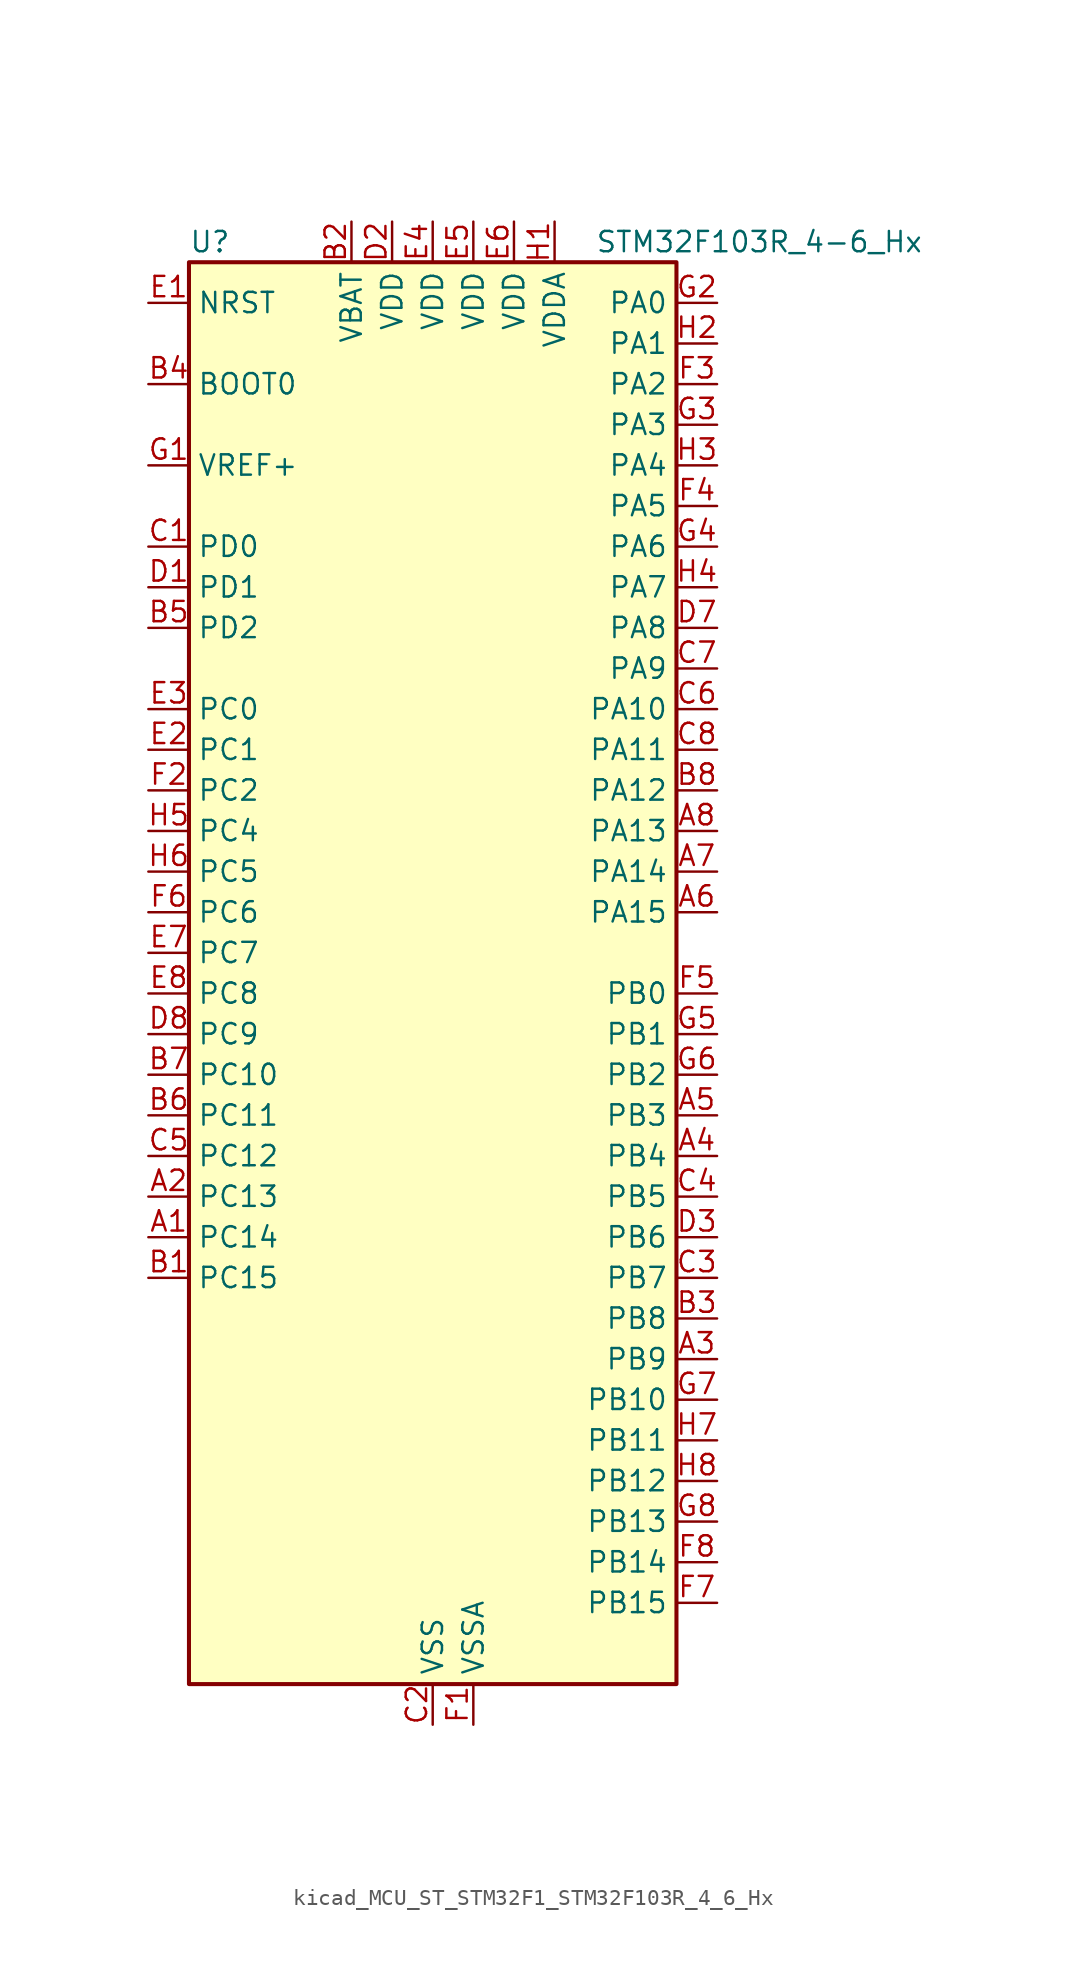
<source format=kicad_sym>
(kicad_symbol_lib
  (version 20220914)
  (generator kicad_symbol_editor)
  (symbol "kicad_MCU_ST_STM32F1_STM32F103R_4_6_Hx"
    (property "Reference" "U"
      (at -15.24 46.99 0)
      (effects (font (size 1.27 1.27)) (justify left)))
    (property "Value" "STM32F103R_4-6_Hx"
      (at 10.16 46.99 0)
      (effects (font (size 1.27 1.27)) (justify left)))
    (property "ki_locked" ""
      (at 0 0 0)
      (effects (font (size 1.27 1.27))))
    (symbol "kicad_MCU_ST_STM32F1_STM32F103R_4_6_Hx_0_1"
      (rectangle (start -15.24 -43.18) (end 15.24 45.72) (stroke (width 0.254) (type default)) (fill (type background))))
    (symbol "kicad_MCU_ST_STM32F1_STM32F103R_4_6_Hx_1_1"
      (pin bidirectional line (at -17.78 -15.24 0) (length 2.54) (name "PC14" (effects (font (size 1.27 1.27)))) (number "A1" (effects (font (size 1.27 1.27)))) (alternate "RCC_OSC32_IN" bidirectional line))
      (pin bidirectional line (at -17.78 -12.7 0) (length 2.54) (name "PC13" (effects (font (size 1.27 1.27)))) (number "A2" (effects (font (size 1.27 1.27)))) (alternate "RTC_OUT" bidirectional line) (alternate "RTC_TAMPER" bidirectional line))
      (pin bidirectional line (at 17.78 -22.86 180) (length 2.54) (name "PB9" (effects (font (size 1.27 1.27)))) (number "A3" (effects (font (size 1.27 1.27)))) (alternate "CAN_TX" bidirectional line) (alternate "I2C1_SDA" bidirectional line))
      (pin bidirectional line (at 17.78 -10.16 180) (length 2.54) (name "PB4" (effects (font (size 1.27 1.27)))) (number "A4" (effects (font (size 1.27 1.27)))) (alternate "SPI1_MISO" bidirectional line) (alternate "SYS_NJTRST" bidirectional line) (alternate "TIM3_CH1" bidirectional line))
      (pin bidirectional line (at 17.78 -7.62 180) (length 2.54) (name "PB3" (effects (font (size 1.27 1.27)))) (number "A5" (effects (font (size 1.27 1.27)))) (alternate "SPI1_SCK" bidirectional line) (alternate "SYS_JTDO-TRACESWO" bidirectional line) (alternate "TIM2_CH2" bidirectional line))
      (pin bidirectional line (at 17.78 5.08 180) (length 2.54) (name "PA15" (effects (font (size 1.27 1.27)))) (number "A6" (effects (font (size 1.27 1.27)))) (alternate "ADC1_EXTI15" bidirectional line) (alternate "ADC2_EXTI15" bidirectional line) (alternate "SPI1_NSS" bidirectional line) (alternate "SYS_JTDI" bidirectional line) (alternate "TIM2_CH1" bidirectional line) (alternate "TIM2_ETR" bidirectional line))
      (pin bidirectional line (at 17.78 7.62 180) (length 2.54) (name "PA14" (effects (font (size 1.27 1.27)))) (number "A7" (effects (font (size 1.27 1.27)))) (alternate "SYS_JTCK-SWCLK" bidirectional line))
      (pin bidirectional line (at 17.78 10.16 180) (length 2.54) (name "PA13" (effects (font (size 1.27 1.27)))) (number "A8" (effects (font (size 1.27 1.27)))) (alternate "SYS_JTMS-SWDIO" bidirectional line))
      (pin bidirectional line (at -17.78 -17.78 0) (length 2.54) (name "PC15" (effects (font (size 1.27 1.27)))) (number "B1" (effects (font (size 1.27 1.27)))) (alternate "ADC1_EXTI15" bidirectional line) (alternate "ADC2_EXTI15" bidirectional line) (alternate "RCC_OSC32_OUT" bidirectional line))
      (pin power_in line (at -5.08 48.26 270) (length 2.54) (name "VBAT" (effects (font (size 1.27 1.27)))) (number "B2" (effects (font (size 1.27 1.27)))))
      (pin bidirectional line (at 17.78 -20.32 180) (length 2.54) (name "PB8" (effects (font (size 1.27 1.27)))) (number "B3" (effects (font (size 1.27 1.27)))) (alternate "CAN_RX" bidirectional line) (alternate "I2C1_SCL" bidirectional line))
      (pin input line (at -17.78 38.1 0) (length 2.54) (name "BOOT0" (effects (font (size 1.27 1.27)))) (number "B4" (effects (font (size 1.27 1.27)))))
      (pin bidirectional line (at -17.78 22.86 0) (length 2.54) (name "PD2" (effects (font (size 1.27 1.27)))) (number "B5" (effects (font (size 1.27 1.27)))) (alternate "TIM3_ETR" bidirectional line))
      (pin bidirectional line (at -17.78 -7.62 0) (length 2.54) (name "PC11" (effects (font (size 1.27 1.27)))) (number "B6" (effects (font (size 1.27 1.27)))) (alternate "ADC1_EXTI11" bidirectional line) (alternate "ADC2_EXTI11" bidirectional line))
      (pin bidirectional line (at -17.78 -5.08 0) (length 2.54) (name "PC10" (effects (font (size 1.27 1.27)))) (number "B7" (effects (font (size 1.27 1.27)))))
      (pin bidirectional line (at 17.78 12.7 180) (length 2.54) (name "PA12" (effects (font (size 1.27 1.27)))) (number "B8" (effects (font (size 1.27 1.27)))) (alternate "CAN_TX" bidirectional line) (alternate "TIM1_ETR" bidirectional line) (alternate "USART1_RTS" bidirectional line) (alternate "USB_DP" bidirectional line))
      (pin bidirectional line (at -17.78 27.94 0) (length 2.54) (name "PD0" (effects (font (size 1.27 1.27)))) (number "C1" (effects (font (size 1.27 1.27)))) (alternate "RCC_OSC_IN" bidirectional line))
      (pin power_in line (at 0 -45.72 90) (length 2.54) (name "VSS" (effects (font (size 1.27 1.27)))) (number "C2" (effects (font (size 1.27 1.27)))))
      (pin bidirectional line (at 17.78 -17.78 180) (length 2.54) (name "PB7" (effects (font (size 1.27 1.27)))) (number "C3" (effects (font (size 1.27 1.27)))) (alternate "I2C1_SDA" bidirectional line) (alternate "USART1_RX" bidirectional line))
      (pin bidirectional line (at 17.78 -12.7 180) (length 2.54) (name "PB5" (effects (font (size 1.27 1.27)))) (number "C4" (effects (font (size 1.27 1.27)))) (alternate "I2C1_SMBA" bidirectional line) (alternate "SPI1_MOSI" bidirectional line) (alternate "TIM3_CH2" bidirectional line))
      (pin bidirectional line (at -17.78 -10.16 0) (length 2.54) (name "PC12" (effects (font (size 1.27 1.27)))) (number "C5" (effects (font (size 1.27 1.27)))))
      (pin bidirectional line (at 17.78 17.78 180) (length 2.54) (name "PA10" (effects (font (size 1.27 1.27)))) (number "C6" (effects (font (size 1.27 1.27)))) (alternate "TIM1_CH3" bidirectional line) (alternate "USART1_RX" bidirectional line))
      (pin bidirectional line (at 17.78 20.32 180) (length 2.54) (name "PA9" (effects (font (size 1.27 1.27)))) (number "C7" (effects (font (size 1.27 1.27)))) (alternate "TIM1_CH2" bidirectional line) (alternate "USART1_TX" bidirectional line))
      (pin bidirectional line (at 17.78 15.24 180) (length 2.54) (name "PA11" (effects (font (size 1.27 1.27)))) (number "C8" (effects (font (size 1.27 1.27)))) (alternate "ADC1_EXTI11" bidirectional line) (alternate "ADC2_EXTI11" bidirectional line) (alternate "CAN_RX" bidirectional line) (alternate "TIM1_CH4" bidirectional line) (alternate "USART1_CTS" bidirectional line) (alternate "USB_DM" bidirectional line))
      (pin bidirectional line (at -17.78 25.4 0) (length 2.54) (name "PD1" (effects (font (size 1.27 1.27)))) (number "D1" (effects (font (size 1.27 1.27)))) (alternate "RCC_OSC_OUT" bidirectional line))
      (pin power_in line (at -2.54 48.26 270) (length 2.54) (name "VDD" (effects (font (size 1.27 1.27)))) (number "D2" (effects (font (size 1.27 1.27)))))
      (pin bidirectional line (at 17.78 -15.24 180) (length 2.54) (name "PB6" (effects (font (size 1.27 1.27)))) (number "D3" (effects (font (size 1.27 1.27)))) (alternate "I2C1_SCL" bidirectional line) (alternate "USART1_TX" bidirectional line))
      (pin passive line (at 0 -45.72 90) (length 2.54) hide (name "VSS" (effects (font (size 1.27 1.27)))) (number "D4" (effects (font (size 1.27 1.27)))))
      (pin passive line (at 0 -45.72 90) (length 2.54) hide (name "VSS" (effects (font (size 1.27 1.27)))) (number "D5" (effects (font (size 1.27 1.27)))))
      (pin passive line (at 0 -45.72 90) (length 2.54) hide (name "VSS" (effects (font (size 1.27 1.27)))) (number "D6" (effects (font (size 1.27 1.27)))))
      (pin bidirectional line (at 17.78 22.86 180) (length 2.54) (name "PA8" (effects (font (size 1.27 1.27)))) (number "D7" (effects (font (size 1.27 1.27)))) (alternate "RCC_MCO" bidirectional line) (alternate "TIM1_CH1" bidirectional line) (alternate "USART1_CK" bidirectional line))
      (pin bidirectional line (at -17.78 -2.54 0) (length 2.54) (name "PC9" (effects (font (size 1.27 1.27)))) (number "D8" (effects (font (size 1.27 1.27)))) (alternate "TIM3_CH4" bidirectional line))
      (pin input line (at -17.78 43.18 0) (length 2.54) (name "NRST" (effects (font (size 1.27 1.27)))) (number "E1" (effects (font (size 1.27 1.27)))))
      (pin bidirectional line (at -17.78 15.24 0) (length 2.54) (name "PC1" (effects (font (size 1.27 1.27)))) (number "E2" (effects (font (size 1.27 1.27)))) (alternate "ADC1_IN11" bidirectional line) (alternate "ADC2_IN11" bidirectional line))
      (pin bidirectional line (at -17.78 17.78 0) (length 2.54) (name "PC0" (effects (font (size 1.27 1.27)))) (number "E3" (effects (font (size 1.27 1.27)))) (alternate "ADC1_IN10" bidirectional line) (alternate "ADC2_IN10" bidirectional line))
      (pin power_in line (at 0 48.26 270) (length 2.54) (name "VDD" (effects (font (size 1.27 1.27)))) (number "E4" (effects (font (size 1.27 1.27)))))
      (pin power_in line (at 2.54 48.26 270) (length 2.54) (name "VDD" (effects (font (size 1.27 1.27)))) (number "E5" (effects (font (size 1.27 1.27)))))
      (pin power_in line (at 5.08 48.26 270) (length 2.54) (name "VDD" (effects (font (size 1.27 1.27)))) (number "E6" (effects (font (size 1.27 1.27)))))
      (pin bidirectional line (at -17.78 2.54 0) (length 2.54) (name "PC7" (effects (font (size 1.27 1.27)))) (number "E7" (effects (font (size 1.27 1.27)))) (alternate "TIM3_CH2" bidirectional line))
      (pin bidirectional line (at -17.78 0 0) (length 2.54) (name "PC8" (effects (font (size 1.27 1.27)))) (number "E8" (effects (font (size 1.27 1.27)))) (alternate "TIM3_CH3" bidirectional line))
      (pin power_in line (at 2.54 -45.72 90) (length 2.54) (name "VSSA" (effects (font (size 1.27 1.27)))) (number "F1" (effects (font (size 1.27 1.27)))))
      (pin bidirectional line (at -17.78 12.7 0) (length 2.54) (name "PC2" (effects (font (size 1.27 1.27)))) (number "F2" (effects (font (size 1.27 1.27)))) (alternate "ADC1_IN12" bidirectional line) (alternate "ADC2_IN12" bidirectional line))
      (pin bidirectional line (at 17.78 38.1 180) (length 2.54) (name "PA2" (effects (font (size 1.27 1.27)))) (number "F3" (effects (font (size 1.27 1.27)))) (alternate "ADC1_IN2" bidirectional line) (alternate "ADC2_IN2" bidirectional line) (alternate "TIM2_CH3" bidirectional line) (alternate "USART2_TX" bidirectional line))
      (pin bidirectional line (at 17.78 30.48 180) (length 2.54) (name "PA5" (effects (font (size 1.27 1.27)))) (number "F4" (effects (font (size 1.27 1.27)))) (alternate "ADC1_IN5" bidirectional line) (alternate "ADC2_IN5" bidirectional line) (alternate "SPI1_SCK" bidirectional line))
      (pin bidirectional line (at 17.78 0 180) (length 2.54) (name "PB0" (effects (font (size 1.27 1.27)))) (number "F5" (effects (font (size 1.27 1.27)))) (alternate "ADC1_IN8" bidirectional line) (alternate "ADC2_IN8" bidirectional line) (alternate "TIM1_CH2N" bidirectional line) (alternate "TIM3_CH3" bidirectional line))
      (pin bidirectional line (at -17.78 5.08 0) (length 2.54) (name "PC6" (effects (font (size 1.27 1.27)))) (number "F6" (effects (font (size 1.27 1.27)))) (alternate "TIM3_CH1" bidirectional line))
      (pin bidirectional line (at 17.78 -38.1 180) (length 2.54) (name "PB15" (effects (font (size 1.27 1.27)))) (number "F7" (effects (font (size 1.27 1.27)))) (alternate "ADC1_EXTI15" bidirectional line) (alternate "ADC2_EXTI15" bidirectional line) (alternate "TIM1_CH3N" bidirectional line))
      (pin bidirectional line (at 17.78 -35.56 180) (length 2.54) (name "PB14" (effects (font (size 1.27 1.27)))) (number "F8" (effects (font (size 1.27 1.27)))) (alternate "TIM1_CH2N" bidirectional line))
      (pin input line (at -17.78 33.02 0) (length 2.54) (name "VREF+" (effects (font (size 1.27 1.27)))) (number "G1" (effects (font (size 1.27 1.27)))))
      (pin bidirectional line (at 17.78 43.18 180) (length 2.54) (name "PA0" (effects (font (size 1.27 1.27)))) (number "G2" (effects (font (size 1.27 1.27)))) (alternate "ADC1_IN0" bidirectional line) (alternate "ADC2_IN0" bidirectional line) (alternate "SYS_WKUP" bidirectional line) (alternate "TIM2_CH1" bidirectional line) (alternate "TIM2_ETR" bidirectional line) (alternate "USART2_CTS" bidirectional line))
      (pin bidirectional line (at 17.78 35.56 180) (length 2.54) (name "PA3" (effects (font (size 1.27 1.27)))) (number "G3" (effects (font (size 1.27 1.27)))) (alternate "ADC1_IN3" bidirectional line) (alternate "ADC2_IN3" bidirectional line) (alternate "TIM2_CH4" bidirectional line) (alternate "USART2_RX" bidirectional line))
      (pin bidirectional line (at 17.78 27.94 180) (length 2.54) (name "PA6" (effects (font (size 1.27 1.27)))) (number "G4" (effects (font (size 1.27 1.27)))) (alternate "ADC1_IN6" bidirectional line) (alternate "ADC2_IN6" bidirectional line) (alternate "SPI1_MISO" bidirectional line) (alternate "TIM1_BKIN" bidirectional line) (alternate "TIM3_CH1" bidirectional line))
      (pin bidirectional line (at 17.78 -2.54 180) (length 2.54) (name "PB1" (effects (font (size 1.27 1.27)))) (number "G5" (effects (font (size 1.27 1.27)))) (alternate "ADC1_IN9" bidirectional line) (alternate "ADC2_IN9" bidirectional line) (alternate "TIM1_CH3N" bidirectional line) (alternate "TIM3_CH4" bidirectional line))
      (pin bidirectional line (at 17.78 -5.08 180) (length 2.54) (name "PB2" (effects (font (size 1.27 1.27)))) (number "G6" (effects (font (size 1.27 1.27)))))
      (pin bidirectional line (at 17.78 -25.4 180) (length 2.54) (name "PB10" (effects (font (size 1.27 1.27)))) (number "G7" (effects (font (size 1.27 1.27)))) (alternate "TIM2_CH3" bidirectional line))
      (pin bidirectional line (at 17.78 -33.02 180) (length 2.54) (name "PB13" (effects (font (size 1.27 1.27)))) (number "G8" (effects (font (size 1.27 1.27)))) (alternate "TIM1_CH1N" bidirectional line))
      (pin power_in line (at 7.62 48.26 270) (length 2.54) (name "VDDA" (effects (font (size 1.27 1.27)))) (number "H1" (effects (font (size 1.27 1.27)))))
      (pin bidirectional line (at 17.78 40.64 180) (length 2.54) (name "PA1" (effects (font (size 1.27 1.27)))) (number "H2" (effects (font (size 1.27 1.27)))) (alternate "ADC1_IN1" bidirectional line) (alternate "ADC2_IN1" bidirectional line) (alternate "TIM2_CH2" bidirectional line) (alternate "USART2_RTS" bidirectional line))
      (pin bidirectional line (at 17.78 33.02 180) (length 2.54) (name "PA4" (effects (font (size 1.27 1.27)))) (number "H3" (effects (font (size 1.27 1.27)))) (alternate "ADC1_IN4" bidirectional line) (alternate "ADC2_IN4" bidirectional line) (alternate "SPI1_NSS" bidirectional line) (alternate "USART2_CK" bidirectional line))
      (pin bidirectional line (at 17.78 25.4 180) (length 2.54) (name "PA7" (effects (font (size 1.27 1.27)))) (number "H4" (effects (font (size 1.27 1.27)))) (alternate "ADC1_IN7" bidirectional line) (alternate "ADC2_IN7" bidirectional line) (alternate "SPI1_MOSI" bidirectional line) (alternate "TIM1_CH1N" bidirectional line) (alternate "TIM3_CH2" bidirectional line))
      (pin bidirectional line (at -17.78 10.16 0) (length 2.54) (name "PC4" (effects (font (size 1.27 1.27)))) (number "H5" (effects (font (size 1.27 1.27)))) (alternate "ADC1_IN14" bidirectional line) (alternate "ADC2_IN14" bidirectional line))
      (pin bidirectional line (at -17.78 7.62 0) (length 2.54) (name "PC5" (effects (font (size 1.27 1.27)))) (number "H6" (effects (font (size 1.27 1.27)))) (alternate "ADC1_IN15" bidirectional line) (alternate "ADC2_IN15" bidirectional line))
      (pin bidirectional line (at 17.78 -27.94 180) (length 2.54) (name "PB11" (effects (font (size 1.27 1.27)))) (number "H7" (effects (font (size 1.27 1.27)))) (alternate "ADC1_EXTI11" bidirectional line) (alternate "ADC2_EXTI11" bidirectional line) (alternate "TIM2_CH4" bidirectional line))
      (pin bidirectional line (at 17.78 -30.48 180) (length 2.54) (name "PB12" (effects (font (size 1.27 1.27)))) (number "H8" (effects (font (size 1.27 1.27)))) (alternate "TIM1_BKIN" bidirectional line)))))
</source>
